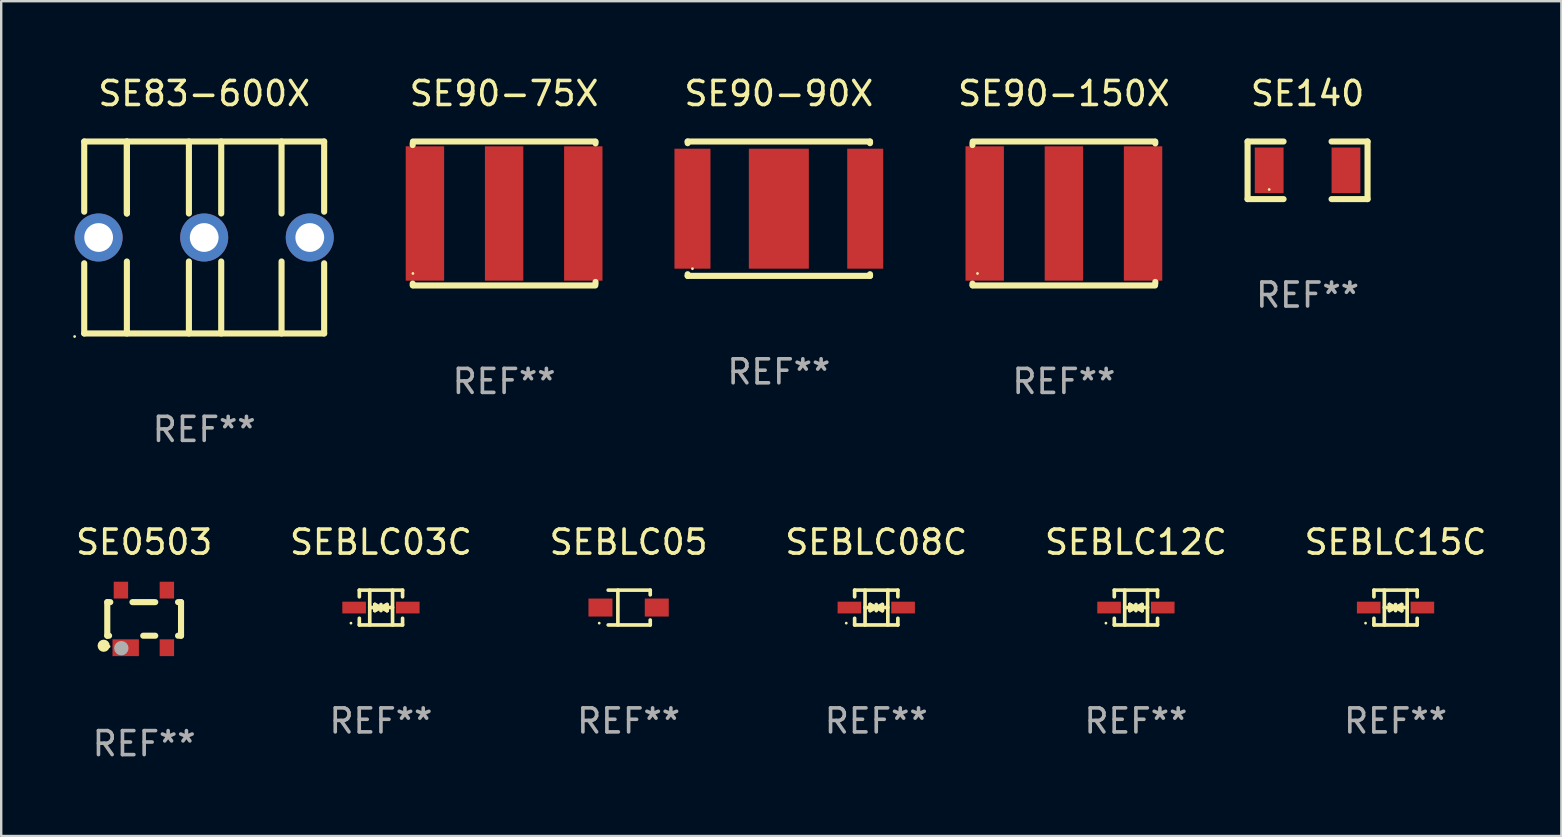
<source format=kicad_pcb>
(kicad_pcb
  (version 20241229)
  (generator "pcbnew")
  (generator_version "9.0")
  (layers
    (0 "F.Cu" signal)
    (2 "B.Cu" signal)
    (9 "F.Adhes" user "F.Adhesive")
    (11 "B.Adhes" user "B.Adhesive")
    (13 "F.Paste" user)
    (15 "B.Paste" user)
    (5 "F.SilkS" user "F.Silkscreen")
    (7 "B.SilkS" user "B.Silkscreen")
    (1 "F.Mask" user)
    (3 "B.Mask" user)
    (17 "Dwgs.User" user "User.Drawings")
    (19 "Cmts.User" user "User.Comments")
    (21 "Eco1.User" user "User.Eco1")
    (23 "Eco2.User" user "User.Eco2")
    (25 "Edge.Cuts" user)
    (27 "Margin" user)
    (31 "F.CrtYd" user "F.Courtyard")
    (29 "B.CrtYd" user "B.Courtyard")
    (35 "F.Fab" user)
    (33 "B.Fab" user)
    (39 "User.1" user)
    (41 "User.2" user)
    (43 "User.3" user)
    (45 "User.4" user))
  (footprint "SEBLC03C"
    (layer "F.Cu")
    (at 12.827 22.271)
    (property "Reference" "SEBLC03C" (at 0 -2.726 0) (layer "F.SilkS") (effects (font (size 1 1) (thickness 0.15))))
    (attr through_hole)
    (fp_line (start -0.901 -0.726) (end -0.901 -0.448) (stroke (width 0.152) (type solid)) (layer "F.SilkS"))
    (fp_line (start -0.901 0.726) (end -0.901 0.448) (stroke (width 0.152) (type solid)) (layer "F.SilkS"))
    (fp_line (start -0.467 0) (end 0.483 -0.003) (stroke (width 0.154) (type solid)) (layer "F.SilkS"))
    (fp_line (start -0.467 0.726) (end -0.467 -0.726) (stroke (width 0.152) (type solid)) (layer "F.SilkS"))
    (fp_line (start -0.254 -0.127) (end -0.254 -0.127) (stroke (width 0.154) (type solid)) (layer "F.SilkS"))
    (fp_line (start -0.254 -0.127) (end -0.002 -0.003) (stroke (width 0.154) (type solid)) (layer "F.SilkS"))
    (fp_line (start -0.254 0.127) (end -0.254 -0.127) (stroke (width 0.154) (type solid)) (layer "F.SilkS"))
    (fp_line (start -0.127 0) (end 0.003 0) (stroke (width 0.154) (type solid)) (layer "F.SilkS"))
    (fp_line (start -0.003 0) (end -0.254 0.127) (stroke (width 0.154) (type solid)) (layer "F.SilkS"))
    (fp_line (start 0 -0.127) (end 0 0.127) (stroke (width 0.154) (type solid)) (layer "F.SilkS"))
    (fp_line (start 0.003 0) (end 0.254 -0.127) (stroke (width 0.154) (type solid)) (layer "F.SilkS"))
    (fp_line (start 0.127 0) (end -0.003 0) (stroke (width 0.154) (type solid)) (layer "F.SilkS"))
    (fp_line (start 0.254 -0.127) (end 0.254 0.127) (stroke (width 0.154) (type solid)) (layer "F.SilkS"))
    (fp_line (start 0.254 0.127) (end 0.002 0.003) (stroke (width 0.154) (type solid)) (layer "F.SilkS"))
    (fp_line (start 0.254 0.127) (end 0.254 0.127) (stroke (width 0.154) (type solid)) (layer "F.SilkS"))
    (fp_line (start 0.483 0.726) (end 0.483 -0.726) (stroke (width 0.152) (type solid)) (layer "F.SilkS"))
    (fp_line (start 0.901 -0.726) (end -0.901 -0.726) (stroke (width 0.152) (type solid)) (layer "F.SilkS"))
    (fp_line (start 0.901 -0.726) (end 0.901 -0.448) (stroke (width 0.152) (type solid)) (layer "F.SilkS"))
    (fp_line (start 0.901 0.726) (end -0.901 0.726) (stroke (width 0.152) (type solid)) (layer "F.SilkS"))
    (fp_line (start 0.901 0.726) (end 0.901 0.448) (stroke (width 0.152) (type solid)) (layer "F.SilkS"))
    (fp_circle (center -1.25 0.65) (end -1.22 0.65) (stroke (width 0.06) (type solid)) (fill no) (layer "F.SilkS"))
    (fp_text user "REF**" (at 0 4.726 0) (layer "F.Fab") (effects (font (size 1 1) (thickness 0.15))))
    (pad "1" smd rect (at -1.118 0) (size 0.985 0.49) (layers "F.Cu" "F.Mask" "F.Paste"))
    (pad "2" smd rect (at 1.118 0) (size 0.985 0.49) (layers "F.Cu" "F.Mask" "F.Paste")))
  (footprint "SEBLC08C"
    (layer "F.Cu")
    (at 33.47 22.271)
    (property "Reference" "SEBLC08C" (at 0 -2.726 0) (layer "F.SilkS") (effects (font (size 1 1) (thickness 0.15))))
    (attr through_hole)
    (fp_line (start -0.901 -0.726) (end -0.901 -0.448) (stroke (width 0.152) (type solid)) (layer "F.SilkS"))
    (fp_line (start -0.901 0.726) (end -0.901 0.448) (stroke (width 0.152) (type solid)) (layer "F.SilkS"))
    (fp_line (start -0.467 0) (end 0.483 -0.003) (stroke (width 0.154) (type solid)) (layer "F.SilkS"))
    (fp_line (start -0.467 0.726) (end -0.467 -0.726) (stroke (width 0.152) (type solid)) (layer "F.SilkS"))
    (fp_line (start -0.254 -0.127) (end -0.254 -0.127) (stroke (width 0.154) (type solid)) (layer "F.SilkS"))
    (fp_line (start -0.254 -0.127) (end -0.002 -0.003) (stroke (width 0.154) (type solid)) (layer "F.SilkS"))
    (fp_line (start -0.254 0.127) (end -0.254 -0.127) (stroke (width 0.154) (type solid)) (layer "F.SilkS"))
    (fp_line (start -0.127 0) (end 0.003 0) (stroke (width 0.154) (type solid)) (layer "F.SilkS"))
    (fp_line (start -0.003 0) (end -0.254 0.127) (stroke (width 0.154) (type solid)) (layer "F.SilkS"))
    (fp_line (start 0 -0.127) (end 0 0.127) (stroke (width 0.154) (type solid)) (layer "F.SilkS"))
    (fp_line (start 0.003 0) (end 0.254 -0.127) (stroke (width 0.154) (type solid)) (layer "F.SilkS"))
    (fp_line (start 0.127 0) (end -0.003 0) (stroke (width 0.154) (type solid)) (layer "F.SilkS"))
    (fp_line (start 0.254 -0.127) (end 0.254 0.127) (stroke (width 0.154) (type solid)) (layer "F.SilkS"))
    (fp_line (start 0.254 0.127) (end 0.002 0.003) (stroke (width 0.154) (type solid)) (layer "F.SilkS"))
    (fp_line (start 0.254 0.127) (end 0.254 0.127) (stroke (width 0.154) (type solid)) (layer "F.SilkS"))
    (fp_line (start 0.483 0.726) (end 0.483 -0.726) (stroke (width 0.152) (type solid)) (layer "F.SilkS"))
    (fp_line (start 0.901 -0.726) (end -0.901 -0.726) (stroke (width 0.152) (type solid)) (layer "F.SilkS"))
    (fp_line (start 0.901 -0.726) (end 0.901 -0.448) (stroke (width 0.152) (type solid)) (layer "F.SilkS"))
    (fp_line (start 0.901 0.726) (end -0.901 0.726) (stroke (width 0.152) (type solid)) (layer "F.SilkS"))
    (fp_line (start 0.901 0.726) (end 0.901 0.448) (stroke (width 0.152) (type solid)) (layer "F.SilkS"))
    (fp_circle (center -1.25 0.65) (end -1.22 0.65) (stroke (width 0.06) (type solid)) (fill no) (layer "F.SilkS"))
    (fp_text user "REF**" (at 0 4.726 0) (layer "F.Fab") (effects (font (size 1 1) (thickness 0.15))))
    (pad "1" smd rect (at -1.118 0) (size 0.985 0.49) (layers "F.Cu" "F.Mask" "F.Paste"))
    (pad "2" smd rect (at 1.118 0) (size 0.985 0.49) (layers "F.Cu" "F.Mask" "F.Paste")))
  (footprint "SE90-90X"
    (layer "F.Cu")
    (at 29.41 5.648)
    (property "Reference" "SE90-90X" (at 0 -4.8 0) (layer "F.SilkS") (effects (font (size 1 1) (thickness 0.15))))
    (attr through_hole)
    (fp_line (start -3.8 -2.8) (end -3.8 -2.731) (stroke (width 0.254) (type solid)) (layer "F.SilkS"))
    (fp_line (start -3.8 -2.8) (end 3.8 -2.8) (stroke (width 0.254) (type solid)) (layer "F.SilkS"))
    (fp_line (start -3.8 2.731) (end -3.8 2.8) (stroke (width 0.254) (type solid)) (layer "F.SilkS"))
    (fp_line (start -3.8 2.8) (end 3.8 2.8) (stroke (width 0.254) (type solid)) (layer "F.SilkS"))
    (fp_line (start 3.8 -2.731) (end 3.8 -2.8) (stroke (width 0.254) (type solid)) (layer "F.SilkS"))
    (fp_line (start 3.8 2.8) (end 3.8 2.731) (stroke (width 0.254) (type solid)) (layer "F.SilkS"))
    (fp_circle (center -3.6 2.5) (end -3.57 2.5) (stroke (width 0.06) (type solid)) (fill no) (layer "F.SilkS"))
    (fp_text user "REF**" (at 0 6.8 0) (layer "F.Fab") (effects (font (size 1 1) (thickness 0.15))))
    (pad "1" smd rect (at -3.6 0) (size 1.5 5) (layers "F.Cu" "F.Mask" "F.Paste"))
    (pad "2" smd rect (at 3.6 0) (size 1.5 5) (layers "F.Cu" "F.Mask" "F.Paste"))
    (pad "3" smd rect (at 0 0) (size 2.5 5) (layers "F.Cu" "F.Mask" "F.Paste")))
  (footprint "SE140"
    (layer "F.Cu")
    (at 51.446 4.048)
    (property "Reference" "SE140" (at 0 -3.2 0) (layer "F.SilkS") (effects (font (size 1 1) (thickness 0.15))))
    (attr through_hole)
    (fp_line (start -2.5 -1.2) (end -2.5 1.2) (stroke (width 0.254) (type solid)) (layer "F.SilkS"))
    (fp_line (start -1 -1.2) (end -2.5 -1.2) (stroke (width 0.254) (type solid)) (layer "F.SilkS"))
    (fp_line (start -1 1.2) (end -2.5 1.2) (stroke (width 0.254) (type solid)) (layer "F.SilkS"))
    (fp_line (start 1 -1.2) (end 2.5 -1.2) (stroke (width 0.254) (type solid)) (layer "F.SilkS"))
    (fp_line (start 1 1.2) (end 2.5 1.2) (stroke (width 0.254) (type solid)) (layer "F.SilkS"))
    (fp_line (start 2.5 -1.2) (end 2.5 1.2) (stroke (width 0.254) (type solid)) (layer "F.SilkS"))
    (fp_circle (center -1.6 0.8) (end -1.57 0.8) (stroke (width 0.06) (type solid)) (fill no) (layer "F.SilkS"))
    (fp_text user "REF**" (at 0 5.2 0) (layer "F.Fab") (effects (font (size 1 1) (thickness 0.15))))
    (pad "1" smd rect (at -1.6 0) (size 1.2 1.9) (layers "F.Cu" "F.Mask" "F.Paste"))
    (pad "2" smd rect (at 1.6 0) (size 1.2 1.9) (layers "F.Cu" "F.Mask" "F.Paste")))
  (footprint "SE0503"
    (layer "F.Cu")
    (at 2.958 22.745)
    (property "Reference" "SE0503" (at 0 -3.2 0) (layer "F.SilkS") (effects (font (size 1 1) (thickness 0.15))))
    (attr through_hole)
    (fp_line (start -1.537 -0.7) (end -1.412 -0.7) (stroke (width 0.254) (type solid)) (layer "F.SilkS"))
    (fp_line (start -1.537 0.7) (end -1.537 -0.7) (stroke (width 0.254) (type solid)) (layer "F.SilkS"))
    (fp_line (start -1.537 0.7) (end -1.462 0.7) (stroke (width 0.254) (type solid)) (layer "F.SilkS"))
    (fp_line (start -0.488 -0.7) (end 0.462 -0.7) (stroke (width 0.254) (type solid)) (layer "F.SilkS"))
    (fp_line (start -0.038 0.7) (end 0.462 0.7) (stroke (width 0.254) (type solid)) (layer "F.SilkS"))
    (fp_line (start 1.412 -0.7) (end 1.537 -0.7) (stroke (width 0.254) (type solid)) (layer "F.SilkS"))
    (fp_line (start 1.412 0.7) (end 1.537 0.7) (stroke (width 0.254) (type solid)) (layer "F.SilkS"))
    (fp_line (start 1.537 0.7) (end 1.537 -0.7) (stroke (width 0.254) (type solid)) (layer "F.SilkS"))
    (fp_circle (center -1.687 1.118) (end -1.56 1.118) (stroke (width 0.254) (type solid)) (fill no) (layer "F.SilkS"))
    (fp_circle (center -1.461 1.15) (end -1.431 1.15) (stroke (width 0.06) (type solid)) (fill no) (layer "F.SilkS"))
    (fp_circle (center -0.951 1.219) (end -0.801 1.219) (stroke (width 0.3) (type solid)) (fill no) (layer "F.Fab"))
    (fp_text user "REF**" (at 0 5.2 0) (layer "F.Fab") (effects (font (size 1 1) (thickness 0.15))))
    (pad "1" smd rect (at -0.769 1.2) (size 1.1 0.7) (layers "F.Cu" "F.Mask" "F.Paste"))
    (pad "2" smd rect (at 0.947 1.2) (size 0.6 0.7) (layers "F.Cu" "F.Mask" "F.Paste"))
    (pad "3" smd rect (at 0.947 -1.2) (size 0.6 0.7) (layers "F.Cu" "F.Mask" "F.Paste"))
    (pad "4" smd rect (at -0.969 -1.2) (size 0.6 0.7) (layers "F.Cu" "F.Mask" "F.Paste")))
  (footprint "SEBLC15C"
    (layer "F.Cu")
    (at 55.113 22.271)
    (property "Reference" "SEBLC15C" (at 0 -2.726 0) (layer "F.SilkS") (effects (font (size 1 1) (thickness 0.15))))
    (attr through_hole)
    (fp_line (start -0.901 -0.726) (end -0.901 -0.448) (stroke (width 0.152) (type solid)) (layer "F.SilkS"))
    (fp_line (start -0.901 0.726) (end -0.901 0.448) (stroke (width 0.152) (type solid)) (layer "F.SilkS"))
    (fp_line (start -0.467 0) (end 0.483 -0.003) (stroke (width 0.154) (type solid)) (layer "F.SilkS"))
    (fp_line (start -0.467 0.726) (end -0.467 -0.726) (stroke (width 0.152) (type solid)) (layer "F.SilkS"))
    (fp_line (start -0.254 -0.127) (end -0.254 -0.127) (stroke (width 0.154) (type solid)) (layer "F.SilkS"))
    (fp_line (start -0.254 -0.127) (end -0.002 -0.003) (stroke (width 0.154) (type solid)) (layer "F.SilkS"))
    (fp_line (start -0.254 0.127) (end -0.254 -0.127) (stroke (width 0.154) (type solid)) (layer "F.SilkS"))
    (fp_line (start -0.127 0) (end 0.003 0) (stroke (width 0.154) (type solid)) (layer "F.SilkS"))
    (fp_line (start -0.003 0) (end -0.254 0.127) (stroke (width 0.154) (type solid)) (layer "F.SilkS"))
    (fp_line (start 0 -0.127) (end 0 0.127) (stroke (width 0.154) (type solid)) (layer "F.SilkS"))
    (fp_line (start 0.003 0) (end 0.254 -0.127) (stroke (width 0.154) (type solid)) (layer "F.SilkS"))
    (fp_line (start 0.127 0) (end -0.003 0) (stroke (width 0.154) (type solid)) (layer "F.SilkS"))
    (fp_line (start 0.254 -0.127) (end 0.254 0.127) (stroke (width 0.154) (type solid)) (layer "F.SilkS"))
    (fp_line (start 0.254 0.127) (end 0.002 0.003) (stroke (width 0.154) (type solid)) (layer "F.SilkS"))
    (fp_line (start 0.254 0.127) (end 0.254 0.127) (stroke (width 0.154) (type solid)) (layer "F.SilkS"))
    (fp_line (start 0.483 0.726) (end 0.483 -0.726) (stroke (width 0.152) (type solid)) (layer "F.SilkS"))
    (fp_line (start 0.901 -0.726) (end -0.901 -0.726) (stroke (width 0.152) (type solid)) (layer "F.SilkS"))
    (fp_line (start 0.901 -0.726) (end 0.901 -0.448) (stroke (width 0.152) (type solid)) (layer "F.SilkS"))
    (fp_line (start 0.901 0.726) (end -0.901 0.726) (stroke (width 0.152) (type solid)) (layer "F.SilkS"))
    (fp_line (start 0.901 0.726) (end 0.901 0.448) (stroke (width 0.152) (type solid)) (layer "F.SilkS"))
    (fp_circle (center -1.25 0.65) (end -1.22 0.65) (stroke (width 0.06) (type solid)) (fill no) (layer "F.SilkS"))
    (fp_text user "REF**" (at 0 4.726 0) (layer "F.Fab") (effects (font (size 1 1) (thickness 0.15))))
    (pad "1" smd rect (at -1.118 0) (size 0.985 0.49) (layers "F.Cu" "F.Mask" "F.Paste"))
    (pad "2" smd rect (at 1.118 0) (size 0.985 0.49) (layers "F.Cu" "F.Mask" "F.Paste")))
  (footprint "SE90-75X"
    (layer "F.Cu")
    (at 17.96 5.848)
    (property "Reference" "SE90-75X" (at 0 -5 0) (layer "F.SilkS") (effects (font (size 1 1) (thickness 0.15))))
    (attr through_hole)
    (fp_line (start -3.81 -2.921) (end -3.81 -2.852) (stroke (width 0.254) (type solid)) (layer "F.SilkS"))
    (fp_line (start -3.81 2.921) (end -3.81 2.99) (stroke (width 0.254) (type solid)) (layer "F.SilkS"))
    (fp_line (start -3.8 -3) (end 3.8 -3) (stroke (width 0.254) (type solid)) (layer "F.SilkS"))
    (fp_line (start -3.8 3) (end 3.8 3) (stroke (width 0.254) (type solid)) (layer "F.SilkS"))
    (fp_line (start 3.81 -2.921) (end 3.81 -2.99) (stroke (width 0.254) (type solid)) (layer "F.SilkS"))
    (fp_line (start 3.81 2.921) (end 3.81 2.852) (stroke (width 0.254) (type solid)) (layer "F.SilkS"))
    (fp_circle (center -3.801 2.5) (end -3.771 2.5) (stroke (width 0.06) (type solid)) (fill no) (layer "F.SilkS"))
    (fp_text user "REF**" (at 0 7 0) (layer "F.Fab") (effects (font (size 1 1) (thickness 0.15))))
    (pad "1" smd rect (at -3.3 0) (size 1.6 5.6) (layers "F.Cu" "F.Mask" "F.Paste"))
    (pad "2" smd rect (at 3.3 0) (size 1.6 5.6) (layers "F.Cu" "F.Mask" "F.Paste"))
    (pad "3" smd rect (at 0 0) (size 1.6 5.6) (layers "F.Cu" "F.Mask" "F.Paste")))
  (footprint "SE83-600X"
    (layer "F.Cu")
    (at 5.46 6.848)
    (property "Reference" "SE83-600X" (at 0 -6 0) (layer "F.SilkS") (effects (font (size 1 1) (thickness 0.15))))
    (attr through_hole)
    (fp_line (start -5 -4) (end -5 -1.075) (stroke (width 0.254) (type solid)) (layer "F.SilkS"))
    (fp_line (start -5 -4) (end 5 -4) (stroke (width 0.254) (type solid)) (layer "F.SilkS"))
    (fp_line (start -5 1.075) (end -5 4) (stroke (width 0.254) (type solid)) (layer "F.SilkS"))
    (fp_line (start -5 4) (end 5 4) (stroke (width 0.254) (type solid)) (layer "F.SilkS"))
    (fp_line (start -3.222 -1) (end -3.222 -4) (stroke (width 0.254) (type solid)) (layer "F.SilkS"))
    (fp_line (start -3.222 -1) (end -3.222 -4) (stroke (width 0.254) (type solid)) (layer "F.SilkS"))
    (fp_line (start -3.222 1) (end -3.222 4) (stroke (width 0.254) (type solid)) (layer "F.SilkS"))
    (fp_line (start -0.637 -1) (end -0.637 -4) (stroke (width 0.254) (type solid)) (layer "F.SilkS"))
    (fp_line (start -0.637 1) (end -0.637 4) (stroke (width 0.254) (type solid)) (layer "F.SilkS"))
    (fp_line (start 0.71 -1) (end 0.71 -4) (stroke (width 0.254) (type solid)) (layer "F.SilkS"))
    (fp_line (start 0.71 1) (end 0.71 4) (stroke (width 0.254) (type solid)) (layer "F.SilkS"))
    (fp_line (start 3.224 -1) (end 3.224 -4) (stroke (width 0.254) (type solid)) (layer "F.SilkS"))
    (fp_line (start 3.224 1) (end 3.224 4) (stroke (width 0.254) (type solid)) (layer "F.SilkS"))
    (fp_line (start 5 -4) (end 5 -1.075) (stroke (width 0.254) (type solid)) (layer "F.SilkS"))
    (fp_line (start 5 1.075) (end 5 4) (stroke (width 0.254) (type solid)) (layer "F.SilkS"))
    (fp_circle (center -5.4 4.127) (end -5.37 4.127) (stroke (width 0.06) (type solid)) (fill no) (layer "F.SilkS"))
    (fp_text user "REF**" (at 0 8 0) (layer "F.Fab") (effects (font (size 1 1) (thickness 0.15))))
    (pad "1" thru_hole circle (at -4.4 0) (size 2 2) (drill 1.2) (layers "*.Cu" "*.Mask"))
    (pad "2" thru_hole circle (at 4.4 0) (size 2 2) (drill 1.2) (layers "*.Cu" "*.Mask"))
    (pad "3" thru_hole circle (at 0 0) (size 2 2) (drill 1.2) (layers "*.Cu" "*.Mask")))
  (footprint "SEBLC05"
    (layer "F.Cu")
    (at 23.149 22.271)
    (property "Reference" "SEBLC05" (at 0 -2.726 0) (layer "F.SilkS") (effects (font (size 1 1) (thickness 0.15))))
    (attr through_hole)
    (fp_line (start -0.851 -0.726) (end 0.901 -0.726) (stroke (width 0.152) (type solid)) (layer "F.SilkS"))
    (fp_line (start -0.851 0.726) (end 0.901 0.726) (stroke (width 0.152) (type solid)) (layer "F.SilkS"))
    (fp_line (start -0.447 -0.726) (end -0.447 0.726) (stroke (width 0.152) (type solid)) (layer "F.SilkS"))
    (fp_line (start 0.901 -0.726) (end 0.901 -0.53) (stroke (width 0.152) (type solid)) (layer "F.SilkS"))
    (fp_line (start 0.901 0.726) (end 0.901 0.52) (stroke (width 0.152) (type solid)) (layer "F.SilkS"))
    (fp_circle (center -1.225 0.65) (end -1.195 0.65) (stroke (width 0.06) (type solid)) (fill no) (layer "F.SilkS"))
    (fp_text user "REF**" (at 0 4.726 0) (layer "F.Fab") (effects (font (size 1 1) (thickness 0.15))))
    (pad "1" smd rect (at -1.173 0) (size 1 0.75) (layers "F.Cu" "F.Mask" "F.Paste"))
    (pad "2" smd rect (at 1.173 0) (size 1 0.75) (layers "F.Cu" "F.Mask" "F.Paste")))
  (footprint "SEBLC12C"
    (layer "F.Cu")
    (at 44.292 22.271)
    (property "Reference" "SEBLC12C" (at 0 -2.726 0) (layer "F.SilkS") (effects (font (size 1 1) (thickness 0.15))))
    (attr through_hole)
    (fp_line (start -0.901 -0.726) (end -0.901 -0.448) (stroke (width 0.152) (type solid)) (layer "F.SilkS"))
    (fp_line (start -0.901 0.726) (end -0.901 0.448) (stroke (width 0.152) (type solid)) (layer "F.SilkS"))
    (fp_line (start -0.467 0) (end 0.483 -0.003) (stroke (width 0.154) (type solid)) (layer "F.SilkS"))
    (fp_line (start -0.467 0.726) (end -0.467 -0.726) (stroke (width 0.152) (type solid)) (layer "F.SilkS"))
    (fp_line (start -0.254 -0.127) (end -0.254 -0.127) (stroke (width 0.154) (type solid)) (layer "F.SilkS"))
    (fp_line (start -0.254 -0.127) (end -0.002 -0.003) (stroke (width 0.154) (type solid)) (layer "F.SilkS"))
    (fp_line (start -0.254 0.127) (end -0.254 -0.127) (stroke (width 0.154) (type solid)) (layer "F.SilkS"))
    (fp_line (start -0.127 0) (end 0.003 0) (stroke (width 0.154) (type solid)) (layer "F.SilkS"))
    (fp_line (start -0.003 0) (end -0.254 0.127) (stroke (width 0.154) (type solid)) (layer "F.SilkS"))
    (fp_line (start 0 -0.127) (end 0 0.127) (stroke (width 0.154) (type solid)) (layer "F.SilkS"))
    (fp_line (start 0.003 0) (end 0.254 -0.127) (stroke (width 0.154) (type solid)) (layer "F.SilkS"))
    (fp_line (start 0.127 0) (end -0.003 0) (stroke (width 0.154) (type solid)) (layer "F.SilkS"))
    (fp_line (start 0.254 -0.127) (end 0.254 0.127) (stroke (width 0.154) (type solid)) (layer "F.SilkS"))
    (fp_line (start 0.254 0.127) (end 0.002 0.003) (stroke (width 0.154) (type solid)) (layer "F.SilkS"))
    (fp_line (start 0.254 0.127) (end 0.254 0.127) (stroke (width 0.154) (type solid)) (layer "F.SilkS"))
    (fp_line (start 0.483 0.726) (end 0.483 -0.726) (stroke (width 0.152) (type solid)) (layer "F.SilkS"))
    (fp_line (start 0.901 -0.726) (end -0.901 -0.726) (stroke (width 0.152) (type solid)) (layer "F.SilkS"))
    (fp_line (start 0.901 -0.726) (end 0.901 -0.448) (stroke (width 0.152) (type solid)) (layer "F.SilkS"))
    (fp_line (start 0.901 0.726) (end -0.901 0.726) (stroke (width 0.152) (type solid)) (layer "F.SilkS"))
    (fp_line (start 0.901 0.726) (end 0.901 0.448) (stroke (width 0.152) (type solid)) (layer "F.SilkS"))
    (fp_circle (center -1.25 0.65) (end -1.22 0.65) (stroke (width 0.06) (type solid)) (fill no) (layer "F.SilkS"))
    (fp_text user "REF**" (at 0 4.726 0) (layer "F.Fab") (effects (font (size 1 1) (thickness 0.15))))
    (pad "1" smd rect (at -1.118 0) (size 0.985 0.49) (layers "F.Cu" "F.Mask" "F.Paste"))
    (pad "2" smd rect (at 1.118 0) (size 0.985 0.49) (layers "F.Cu" "F.Mask" "F.Paste")))
  (footprint "SE90-150X"
    (layer "F.Cu")
    (at 41.29 5.848)
    (property "Reference" "SE90-150X" (at 0 -5 0) (layer "F.SilkS") (effects (font (size 1 1) (thickness 0.15))))
    (attr through_hole)
    (fp_line (start -3.81 -2.921) (end -3.81 -2.852) (stroke (width 0.254) (type solid)) (layer "F.SilkS"))
    (fp_line (start -3.81 2.921) (end -3.81 2.99) (stroke (width 0.254) (type solid)) (layer "F.SilkS"))
    (fp_line (start -3.8 -3) (end 3.8 -3) (stroke (width 0.254) (type solid)) (layer "F.SilkS"))
    (fp_line (start -3.8 3) (end 3.8 3) (stroke (width 0.254) (type solid)) (layer "F.SilkS"))
    (fp_line (start 3.81 -2.921) (end 3.81 -2.99) (stroke (width 0.254) (type solid)) (layer "F.SilkS"))
    (fp_line (start 3.81 2.921) (end 3.81 2.852) (stroke (width 0.254) (type solid)) (layer "F.SilkS"))
    (fp_circle (center -3.6 2.5) (end -3.57 2.5) (stroke (width 0.06) (type solid)) (fill no) (layer "F.SilkS"))
    (fp_text user "REF**" (at 0 7 0) (layer "F.Fab") (effects (font (size 1 1) (thickness 0.15))))
    (pad "1" smd rect (at -3.3 0) (size 1.6 5.6) (layers "F.Cu" "F.Mask" "F.Paste"))
    (pad "2" smd rect (at 3.3 0) (size 1.6 5.6) (layers "F.Cu" "F.Mask" "F.Paste"))
    (pad "3" smd rect (at 0 0) (size 1.6 5.6) (layers "F.Cu" "F.Mask" "F.Paste")))
  (gr_rect
    (start -3 -3)
    (end 62.024 31.793)
    (stroke (width 0.1) (type default))
    (fill no)
    (layer "Edge.Cuts")))
</source>
